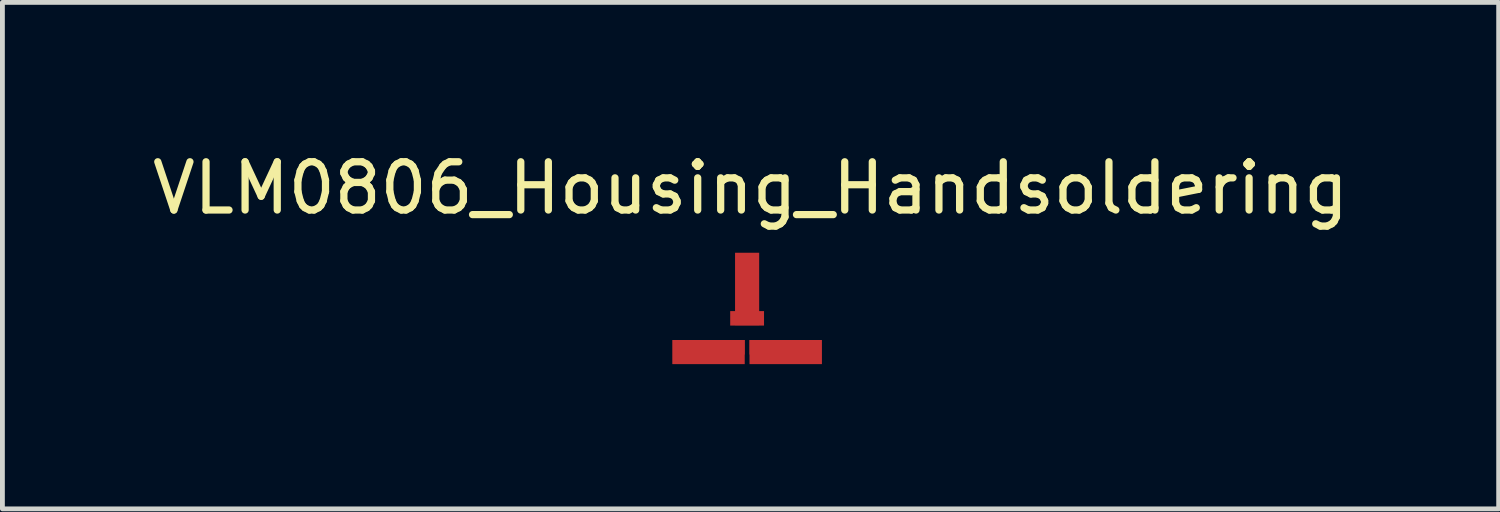
<source format=kicad_pcb>
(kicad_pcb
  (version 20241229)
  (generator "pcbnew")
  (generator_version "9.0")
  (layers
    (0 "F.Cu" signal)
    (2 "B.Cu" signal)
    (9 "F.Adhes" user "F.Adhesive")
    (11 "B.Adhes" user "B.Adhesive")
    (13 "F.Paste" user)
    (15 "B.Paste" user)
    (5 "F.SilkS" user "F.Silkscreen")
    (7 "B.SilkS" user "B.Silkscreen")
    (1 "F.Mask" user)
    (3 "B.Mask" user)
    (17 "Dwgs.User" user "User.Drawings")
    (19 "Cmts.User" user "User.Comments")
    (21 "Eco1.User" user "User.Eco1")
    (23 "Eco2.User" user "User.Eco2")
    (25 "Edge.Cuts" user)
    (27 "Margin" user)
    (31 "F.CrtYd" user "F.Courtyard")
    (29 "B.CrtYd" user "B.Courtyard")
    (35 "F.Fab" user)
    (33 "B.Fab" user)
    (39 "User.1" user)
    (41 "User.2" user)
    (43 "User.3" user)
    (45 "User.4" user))
  (footprint "VLM0806_Housing_Handsoldering"
    (layer "F.Cu")
    (at 12.435 3.848)
    (property "Reference" "VLM0806_Housing_Handsoldering" (at 0.071 -3 0) (layer "F.SilkS") (effects (font (size 1 1) (thickness 0.15))))
    (attr smd)
    (pad "1" smd rect (at 0.201 0.3) (size 0.3 0.3) (layers "F.Cu" "F.Mask" "F.Paste"))
    (pad "1" smd rect (at 0.8 0.399) (size 1.501 0.5) (layers "F.Cu" "F.Mask" "F.Paste"))
    (pad "2" smd rect (at -0.8 0.399) (size 1.501 0.5) (layers "F.Cu" "F.Mask" "F.Paste"))
    (pad "2" smd rect (at -0.201 0.3) (size 0.3 0.3) (layers "F.Cu" "F.Mask" "F.Paste"))
    (pad "3" smd rect (at 0 -0.909 90) (size 1.501 0.5) (layers "F.Cu" "F.Mask" "F.Paste"))
    (pad "3" smd rect (at 0 -0.3) (size 0.701 0.3) (layers "F.Cu" "F.Mask" "F.Paste")))
  (gr_rect
    (start -3 -3)
    (end 28.012 7.497)
    (stroke (width 0.1) (type default))
    (fill no)
    (layer "Edge.Cuts")))
</source>
